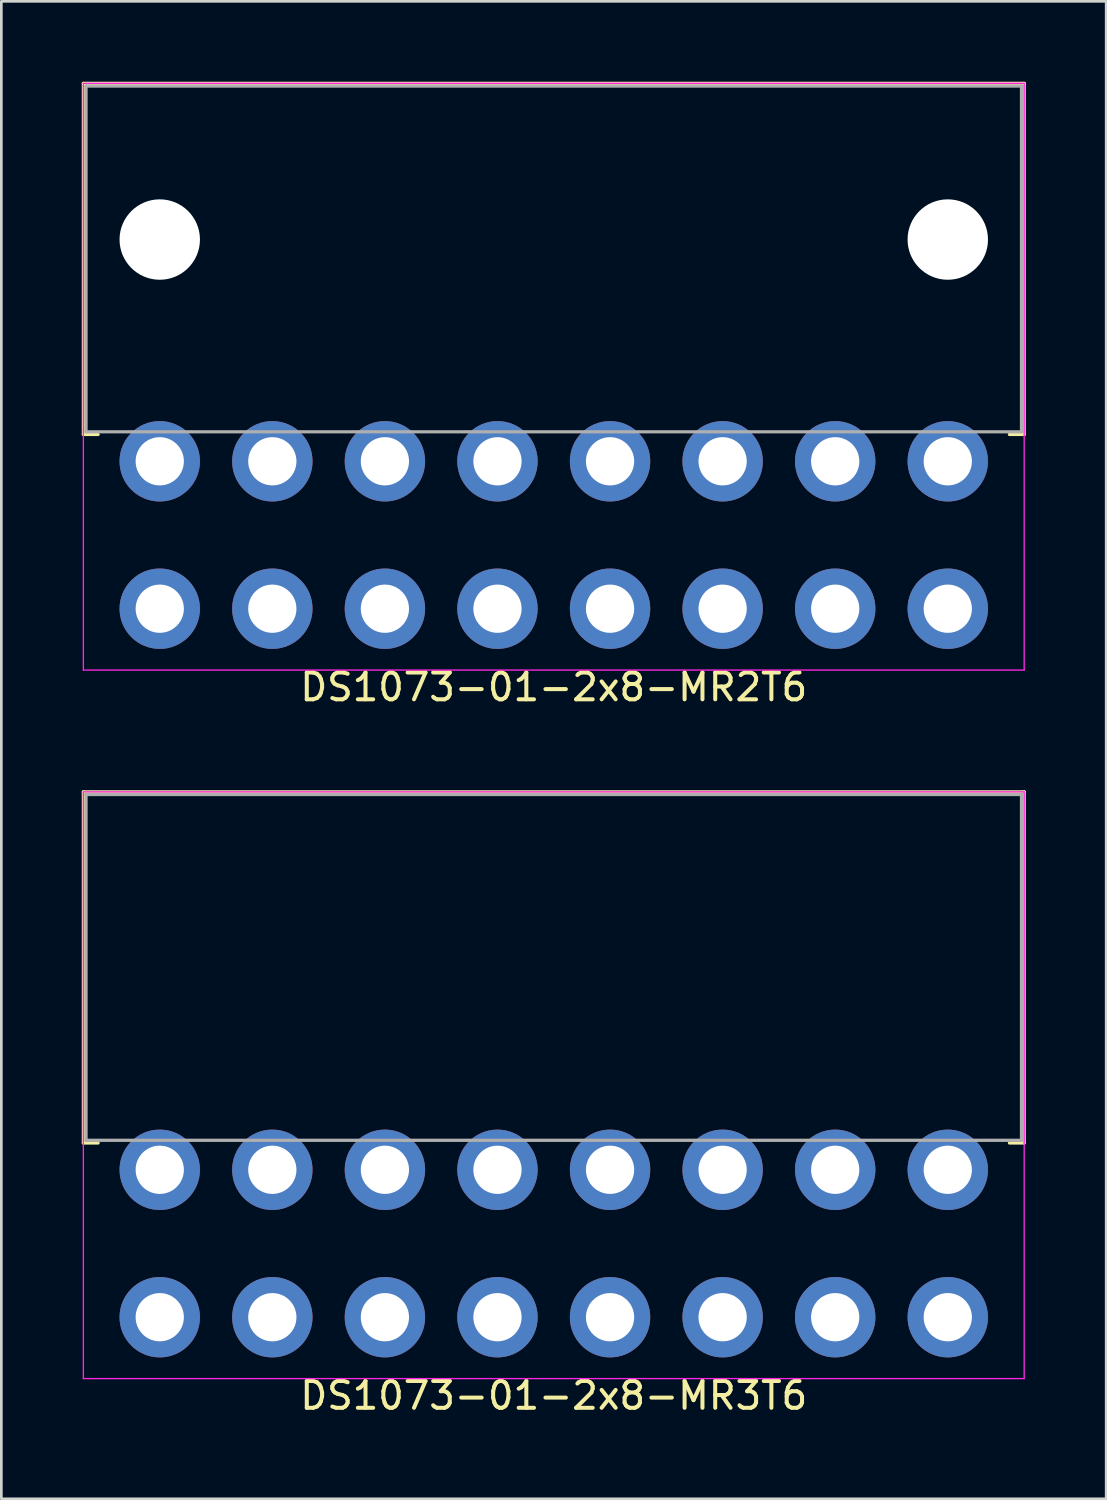
<source format=kicad_pcb>
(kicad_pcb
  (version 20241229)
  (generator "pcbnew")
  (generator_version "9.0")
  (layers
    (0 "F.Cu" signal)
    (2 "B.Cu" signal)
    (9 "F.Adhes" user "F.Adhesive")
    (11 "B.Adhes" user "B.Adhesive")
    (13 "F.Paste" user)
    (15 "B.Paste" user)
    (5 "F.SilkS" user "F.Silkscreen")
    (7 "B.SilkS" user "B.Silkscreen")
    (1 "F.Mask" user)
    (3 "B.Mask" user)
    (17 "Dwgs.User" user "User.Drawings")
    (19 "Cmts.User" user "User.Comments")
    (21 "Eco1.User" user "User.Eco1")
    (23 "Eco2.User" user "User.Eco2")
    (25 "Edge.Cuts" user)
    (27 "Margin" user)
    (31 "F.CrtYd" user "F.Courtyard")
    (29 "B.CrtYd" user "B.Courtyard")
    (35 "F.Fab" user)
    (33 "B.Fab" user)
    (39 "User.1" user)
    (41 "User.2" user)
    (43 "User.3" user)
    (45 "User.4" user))
  (footprint "DS1073-01-2x8-MR3T6"
    (layer "F.Cu")
    (at 17.61 39.493)
    (property "Reference" "DS1073-01-2x8-MR3T6" (at 0 9.525 0) (layer "F.SilkS") (effects (font (size 1 1) (thickness 0.15))))
    (attr through_hole)
    (fp_line (start -17.55 -13) (end -17.55 0.1) (stroke (width 0.12) (type solid)) (layer "F.SilkS"))
    (fp_line (start -17.55 -13) (end 17.55 -13) (stroke (width 0.12) (type solid)) (layer "F.SilkS"))
    (fp_line (start -17.55 0.1) (end -17 0.1) (stroke (width 0.12) (type solid)) (layer "F.SilkS"))
    (fp_line (start 17.55 -13) (end 17.55 0.1) (stroke (width 0.12) (type solid)) (layer "F.SilkS"))
    (fp_line (start 17.55 0.1) (end 17 0.1) (stroke (width 0.12) (type solid)) (layer "F.SilkS"))
    (fp_line (start -17.55 -13) (end -17.55 8.89) (stroke (width 0.05) (type solid)) (layer "F.CrtYd"))
    (fp_line (start -17.55 8.89) (end 17.55 8.89) (stroke (width 0.05) (type solid)) (layer "F.CrtYd"))
    (fp_line (start 17.55 -13) (end -17.55 -13) (stroke (width 0.05) (type solid)) (layer "F.CrtYd"))
    (fp_line (start 17.55 -13) (end 17.55 8.89) (stroke (width 0.05) (type solid)) (layer "F.CrtYd"))
    (fp_line (start -17.45 -12.9) (end -17.45 0) (stroke (width 0.12) (type solid)) (layer "F.Fab"))
    (fp_line (start -17.45 -12.9) (end 17.45 -12.9) (stroke (width 0.12) (type solid)) (layer "F.Fab"))
    (fp_line (start -17.45 0) (end 17.45 0) (stroke (width 0.12) (type solid)) (layer "F.Fab"))
    (fp_line (start 17.45 -12.9) (end 17.45 0) (stroke (width 0.12) (type solid)) (layer "F.Fab"))
    (pad "1" thru_hole circle (at 14.7 6.6) (size 3 3) (drill 1.8) (layers "*.Cu" "*.Mask"))
    (pad "2" thru_hole circle (at 10.5 6.6) (size 3 3) (drill 1.8) (layers "*.Cu" "*.Mask"))
    (pad "3" thru_hole circle (at 6.3 6.6) (size 3 3) (drill 1.8) (layers "*.Cu" "*.Mask"))
    (pad "4" thru_hole circle (at 2.1 6.6) (size 3 3) (drill 1.8) (layers "*.Cu" "*.Mask"))
    (pad "5" thru_hole circle (at -2.1 6.6) (size 3 3) (drill 1.8) (layers "*.Cu" "*.Mask"))
    (pad "6" thru_hole circle (at -6.3 6.6) (size 3 3) (drill 1.8) (layers "*.Cu" "*.Mask"))
    (pad "7" thru_hole circle (at -10.5 6.6) (size 3 3) (drill 1.8) (layers "*.Cu" "*.Mask"))
    (pad "8" thru_hole circle (at -14.7 6.6) (size 3 3) (drill 1.8) (layers "*.Cu" "*.Mask"))
    (pad "9" thru_hole circle (at 14.7 1.1) (size 3 3) (drill 1.8) (layers "*.Cu" "*.Mask"))
    (pad "10" thru_hole circle (at 10.5 1.1) (size 3 3) (drill 1.8) (layers "*.Cu" "*.Mask"))
    (pad "11" thru_hole circle (at 6.3 1.1) (size 3 3) (drill 1.8) (layers "*.Cu" "*.Mask"))
    (pad "12" thru_hole circle (at 2.1 1.1) (size 3 3) (drill 1.8) (layers "*.Cu" "*.Mask"))
    (pad "13" thru_hole circle (at -2.1 1.1) (size 3 3) (drill 1.8) (layers "*.Cu" "*.Mask"))
    (pad "14" thru_hole circle (at -6.3 1.1) (size 3 3) (drill 1.8) (layers "*.Cu" "*.Mask"))
    (pad "15" thru_hole circle (at -10.5 1.1) (size 3 3) (drill 1.8) (layers "*.Cu" "*.Mask"))
    (pad "16" thru_hole circle (at -14.7 1.1) (size 3 3) (drill 1.8) (layers "*.Cu" "*.Mask")))
  (footprint "DS1073-01-2x8-MR2T6"
    (layer "F.Cu")
    (at 17.61 13.187)
    (property "Reference" "DS1073-01-2x8-MR2T6" (at 0 9.398 0) (layer "F.SilkS") (effects (font (size 1 1) (thickness 0.15))))
    (attr through_hole)
    (fp_line (start -17.55 -13.127) (end -17.55 -0.027) (stroke (width 0.12) (type solid)) (layer "F.SilkS"))
    (fp_line (start -17.55 -13.127) (end 17.55 -13.127) (stroke (width 0.12) (type solid)) (layer "F.SilkS"))
    (fp_line (start -17.55 -0.027) (end -17 -0.027) (stroke (width 0.12) (type solid)) (layer "F.SilkS"))
    (fp_line (start 17.55 -13.127) (end 17.55 -0.027) (stroke (width 0.12) (type solid)) (layer "F.SilkS"))
    (fp_line (start 17.55 -0.027) (end 17 -0.027) (stroke (width 0.12) (type solid)) (layer "F.SilkS"))
    (fp_line (start -17.55 -13.127) (end -17.55 8.763) (stroke (width 0.05) (type solid)) (layer "F.CrtYd"))
    (fp_line (start -17.55 8.763) (end 17.55 8.763) (stroke (width 0.05) (type solid)) (layer "F.CrtYd"))
    (fp_line (start 17.55 -13.127) (end -17.55 -13.127) (stroke (width 0.05) (type solid)) (layer "F.CrtYd"))
    (fp_line (start 17.55 -13.127) (end 17.55 8.763) (stroke (width 0.05) (type solid)) (layer "F.CrtYd"))
    (fp_line (start -17.45 -13.027) (end -17.45 -0.127) (stroke (width 0.12) (type solid)) (layer "F.Fab"))
    (fp_line (start -17.45 -13.027) (end 17.45 -13.027) (stroke (width 0.12) (type solid)) (layer "F.Fab"))
    (fp_line (start -17.45 -0.127) (end 17.45 -0.127) (stroke (width 0.12) (type solid)) (layer "F.Fab"))
    (fp_line (start 17.45 -13.027) (end 17.45 -0.127) (stroke (width 0.12) (type solid)) (layer "F.Fab"))
    (pad "" np_thru_hole circle (at -14.7 -7.3) (size 3 3) (drill 3) (layers "*.Cu" "*.Mask"))
    (pad "" np_thru_hole circle (at 14.7 -7.3) (size 3 3) (drill 3) (layers "*.Cu" "*.Mask"))
    (pad "1" thru_hole circle (at 14.7 6.473) (size 3 3) (drill 1.8) (layers "*.Cu" "*.Mask"))
    (pad "2" thru_hole circle (at 10.5 6.473) (size 3 3) (drill 1.8) (layers "*.Cu" "*.Mask"))
    (pad "3" thru_hole circle (at 6.3 6.473) (size 3 3) (drill 1.8) (layers "*.Cu" "*.Mask"))
    (pad "4" thru_hole circle (at 2.1 6.473) (size 3 3) (drill 1.8) (layers "*.Cu" "*.Mask"))
    (pad "5" thru_hole circle (at -2.1 6.473) (size 3 3) (drill 1.8) (layers "*.Cu" "*.Mask"))
    (pad "6" thru_hole circle (at -6.3 6.473) (size 3 3) (drill 1.8) (layers "*.Cu" "*.Mask"))
    (pad "7" thru_hole circle (at -10.5 6.473) (size 3 3) (drill 1.8) (layers "*.Cu" "*.Mask"))
    (pad "8" thru_hole circle (at -14.7 6.473) (size 3 3) (drill 1.8) (layers "*.Cu" "*.Mask"))
    (pad "9" thru_hole circle (at 14.7 0.973) (size 3 3) (drill 1.8) (layers "*.Cu" "*.Mask"))
    (pad "10" thru_hole circle (at 10.5 0.973) (size 3 3) (drill 1.8) (layers "*.Cu" "*.Mask"))
    (pad "11" thru_hole circle (at 6.3 0.973) (size 3 3) (drill 1.8) (layers "*.Cu" "*.Mask"))
    (pad "12" thru_hole circle (at 2.1 0.973) (size 3 3) (drill 1.8) (layers "*.Cu" "*.Mask"))
    (pad "13" thru_hole circle (at -2.1 0.973) (size 3 3) (drill 1.8) (layers "*.Cu" "*.Mask"))
    (pad "14" thru_hole circle (at -6.3 0.973) (size 3 3) (drill 1.8) (layers "*.Cu" "*.Mask"))
    (pad "15" thru_hole circle (at -10.5 0.973) (size 3 3) (drill 1.8) (layers "*.Cu" "*.Mask"))
    (pad "16" thru_hole circle (at -14.7 0.973) (size 3 3) (drill 1.8) (layers "*.Cu" "*.Mask")))
  (gr_rect
    (start -3 -3)
    (end 38.22 52.867)
    (stroke (width 0.1) (type default))
    (fill no)
    (layer "Edge.Cuts")))
</source>
